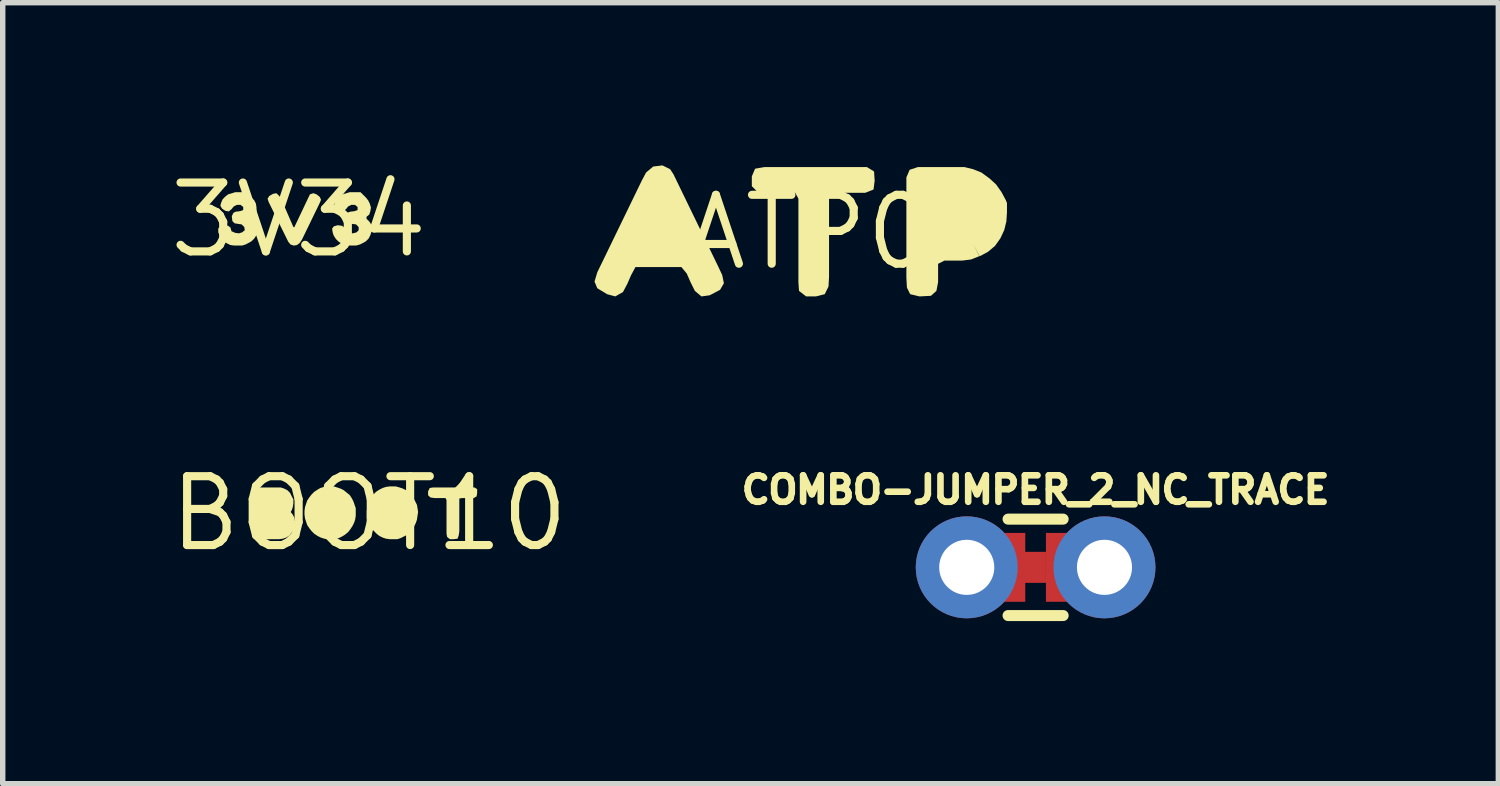
<source format=kicad_pcb>
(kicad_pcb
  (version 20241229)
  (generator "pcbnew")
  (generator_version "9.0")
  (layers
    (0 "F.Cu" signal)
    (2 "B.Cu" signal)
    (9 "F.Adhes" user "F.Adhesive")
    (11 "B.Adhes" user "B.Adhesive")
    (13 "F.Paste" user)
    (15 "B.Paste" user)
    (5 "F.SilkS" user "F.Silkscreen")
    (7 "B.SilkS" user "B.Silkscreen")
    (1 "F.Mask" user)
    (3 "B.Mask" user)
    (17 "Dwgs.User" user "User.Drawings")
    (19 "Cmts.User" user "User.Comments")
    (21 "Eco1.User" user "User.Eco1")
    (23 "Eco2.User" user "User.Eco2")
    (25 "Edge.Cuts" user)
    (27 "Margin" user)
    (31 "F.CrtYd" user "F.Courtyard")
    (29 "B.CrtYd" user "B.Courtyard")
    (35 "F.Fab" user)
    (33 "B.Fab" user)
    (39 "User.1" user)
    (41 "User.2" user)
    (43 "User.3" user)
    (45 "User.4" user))
  (footprint "BOOT10"
    (layer "F.Cu")
    (at 3.757 6.421)
    (property "Reference" "BOOT10" (at 0 0 0) (layer "F.SilkS") (effects (font (size 1.27 1.27) (thickness 0.15))))
    (fp_poly (pts (xy 1.992 -0.451) (xy 1.992 -0.38) (xy 1.982 -0.318) (xy 1.931 -0.287) (xy 1.72 -0.287) (xy 1.663 -0.278) (xy 1.663 0.33) (xy 1.652 0.401) (xy 1.632 0.462) (xy 1.56 0.472) (xy 1.489 0.472) (xy 1.438 0.431) (xy 1.427 0.37) (xy 1.427 -0.249) (xy 1.408 -0.287) (xy 1.2 -0.287) (xy 1.129 -0.298) (xy 1.087 -0.339) (xy 1.087 -0.411) (xy 1.118 -0.472) (xy 1.18 -0.482) (xy 1.941 -0.482)) (stroke (width 0) (type solid)) (fill yes) (layer "F.SilkS"))
    (fp_poly (pts (xy -1.569 -0.462) (xy -1.509 -0.432) (xy -1.458 -0.381) (xy -1.428 -0.321) (xy -1.397 -0.261) (xy -1.397 -0.19) (xy -1.408 -0.119) (xy -1.428 -0.059) (xy -1.447 -0.03) (xy -1.408 0.019) (xy -1.378 0.079) (xy -1.367 0.15) (xy -1.378 0.22) (xy -1.388 0.291) (xy -1.428 0.351) (xy -1.468 0.402) (xy -1.529 0.442) (xy -1.589 0.462) (xy -1.66 0.472) (xy -2 0.472) (xy -2.081 0.462) (xy -2.123 0.431) (xy -2.123 -0.39) (xy -2.112 -0.452) (xy -2.061 -0.482) (xy -1.63 -0.482)) (stroke (width 0) (type solid)) (fill yes) (layer "F.SilkS"))
    (fp_poly (pts (xy 0.561 -0.482) (xy 0.621 -0.462) (xy 0.681 -0.432) (xy 0.732 -0.382) (xy 0.782 -0.342) (xy 0.822 -0.281) (xy 0.852 -0.221) (xy 0.882 -0.161) (xy 0.892 -0.1) (xy 0.903 -0.03) (xy 0.892 0.04) (xy 0.882 0.111) (xy 0.862 0.171) (xy 0.832 0.231) (xy 0.802 0.291) (xy 0.701 0.392) (xy 0.641 0.422) (xy 0.581 0.452) (xy 0.52 0.472) (xy 0.38 0.472) (xy 0.309 0.462) (xy 0.249 0.442) (xy 0.189 0.412) (xy 0.138 0.372) (xy 0.038 0.271) (xy 0.007 0.209) (xy -0.022 0.151) (xy -0.043 0.09) (xy -0.043 -0.05) (xy -0.032 -0.12) (xy -0.022 -0.181) (xy 0.008 -0.241) (xy 0.038 -0.301) (xy 0.078 -0.352) (xy 0.128 -0.402) (xy 0.189 -0.442) (xy 0.249 -0.472) (xy 0.309 -0.492) (xy 0.38 -0.502) (xy 0.49 -0.502)) (stroke (width 0) (type solid)) (fill yes) (layer "F.SilkS"))
    (fp_poly (pts (xy -0.589 -0.482) (xy -0.529 -0.462) (xy -0.469 -0.432) (xy -0.408 -0.382) (xy -0.358 -0.342) (xy -0.318 -0.281) (xy -0.288 -0.221) (xy -0.268 -0.161) (xy -0.247 -0.1) (xy -0.247 0.04) (xy -0.258 0.111) (xy -0.278 0.171) (xy -0.308 0.231) (xy -0.348 0.291) (xy -0.388 0.342) (xy -0.449 0.392) (xy -0.499 0.422) (xy -0.559 0.452) (xy -0.63 0.472) (xy -0.76 0.472) (xy -0.831 0.462) (xy -0.891 0.442) (xy -0.951 0.412) (xy -1.012 0.372) (xy -1.062 0.322) (xy -1.102 0.271) (xy -1.141 0.213) (xy -1.141 0.214) (xy -1.142 0.211) (xy -1.144 0.209) (xy -1.143 0.209) (xy -1.162 0.151) (xy -1.182 0.091) (xy -1.192 0.02) (xy -1.192 -0.05) (xy -1.182 -0.121) (xy -1.162 -0.181) (xy -1.142 -0.241) (xy -1.102 -0.301) (xy -1.062 -0.352) (xy -1.012 -0.402) (xy -0.951 -0.442) (xy -0.901 -0.472) (xy -0.831 -0.492) (xy -0.77 -0.502) (xy -0.65 -0.502)) (stroke (width 0) (type solid)) (fill yes) (layer "F.SilkS")))
  (footprint "COMBO-JUMPER_2_NC_TRACE"
    (layer "F.Cu")
    (at 16.047 7.412)
    (property "Reference" "COMBO-JUMPER_2_NC_TRACE" (at 0 -1.143 0) (layer "F.SilkS") (effects (font (size 0.488 0.488) (thickness 0.122)) (justify bottom)))
    (fp_poly (pts (xy 0.191 0.286) (xy -0.705 0.286) (xy -0.705 -0.286) (xy 0.191 -0.286)) (stroke (width 0) (type solid)) (fill yes) (layer "F.Cu"))
    (fp_poly (pts (xy 0.254 0.343) (xy -0.254 0.343) (xy -0.254 -0.343) (xy 0.254 -0.343)) (stroke (width 0) (type solid)) (fill yes) (layer "F.Mask"))
    (fp_line (start 0.508 -0.889) (end -0.508 -0.889) (stroke (width 0.203) (type solid)) (layer "F.SilkS"))
    (fp_line (start 0.508 0.889) (end -0.508 0.889) (stroke (width 0.203) (type solid)) (layer "F.SilkS"))
    (fp_poly (pts (xy -1.524 0.254) (xy -1.016 0.254) (xy -1.016 -0.254) (xy -1.524 -0.254)) (stroke (width 0.1) (type solid)) (fill no) (layer "F.Fab"))
    (fp_poly (pts (xy 1.016 0.254) (xy 1.524 0.254) (xy 1.524 -0.254) (xy 1.016 -0.254)) (stroke (width 0.1) (type solid)) (fill no) (layer "F.Fab"))
    (pad "1" smd rect (at -0.508 0) (size 0.635 1.27) (layers "F.Cu" "F.Mask"))
    (pad "2" smd rect (at 0.508 0) (size 0.635 1.27) (layers "F.Cu" "F.Mask"))
    (pad "3" thru_hole circle (at -1.27 0 90) (size 1.88 1.88) (drill 1.016) (layers "*.Cu" "*.Mask"))
    (pad "4" thru_hole circle (at 1.27 0 90) (size 1.88 1.88) (drill 1.016) (layers "*.Cu" "*.Mask")))
  (footprint "ATP0"
    (layer "F.Cu")
    (at 11.876 1.233)
    (property "Reference" "ATP0" (at 0 0 0) (layer "F.SilkS") (effects (font (size 1.27 1.27) (thickness 0.15))))
    (fp_poly (pts (xy 1.192 -1.121) (xy 1.203 -0.95) (xy 1.182 -0.788) (xy 1.03 -0.728) (xy 0.51 -0.728) (xy 0.362 -0.708) (xy 0.362 0.82) (xy 0.352 1.001) (xy 0.282 1.142) (xy 0.12 1.183) (xy -0.061 1.183) (xy -0.192 1.081) (xy -0.203 0.92) (xy -0.203 -0.619) (xy -0.261 -0.728) (xy -0.77 -0.728) (xy -0.951 -0.738) (xy -1.062 -0.849) (xy -1.062 -1.031) (xy -1.002 -1.172) (xy -0.83 -1.202) (xy 1.061 -1.202)) (stroke (width 0) (type solid)) (fill yes) (layer "F.SilkS"))
    (fp_poly (pts (xy -2.568 -1.162) (xy -2.508 -1.071) (xy -1.688 0.619) (xy -1.608 0.789) (xy -1.577 0.94) (xy -1.648 1.062) (xy -1.839 1.162) (xy -1.991 1.183) (xy -2.112 1.082) (xy -2.192 0.921) (xy -2.262 0.761) (xy -2.361 0.642) (xy -3.208 0.642) (xy -3.288 0.791) (xy -3.358 0.951) (xy -3.438 1.102) (xy -3.58 1.183) (xy -3.731 1.142) (xy -3.912 1.032) (xy -3.963 0.91) (xy -3.912 0.739) (xy -3.092 -0.951) (xy -3.012 -1.102) (xy -2.881 -1.212) (xy -2.71 -1.233)) (stroke (width 0) (type solid)) (fill yes) (layer "F.SilkS"))
    (fp_poly (pts (xy 3.021 -1.162) (xy 3.171 -1.102) (xy 3.322 -0.992) (xy 3.442 -0.882) (xy 3.542 -0.741) (xy 3.622 -0.591) (xy 3.643 -0.54) (xy 3.643 -0.37) (xy 3.632 -0.2) (xy 3.592 -0.039) (xy 3.522 0.111) (xy 3.422 0.252) (xy 3.291 0.362) (xy 3.139 0.443) (xy 3.024 0.226) (xy 3.133 0.441) (xy 2.981 0.502) (xy 2.82 0.522) (xy 2.491 0.522) (xy 2.373 0.582) (xy 2.373 0.92) (xy 2.342 1.081) (xy 2.241 1.172) (xy 2.03 1.183) (xy 1.858 1.142) (xy 1.798 1.021) (xy 1.788 0.84) (xy 1.788 -1.011) (xy 1.848 -1.152) (xy 2 -1.202) (xy 2.86 -1.202)) (stroke (width 0) (type solid)) (fill yes) (layer "F.SilkS")))
  (footprint "3V34"
    (layer "F.Cu")
    (at 2.457 1.006)
    (property "Reference" "3V34" (at 0 0 0) (layer "F.SilkS") (effects (font (size 1.27 1.27) (thickness 0.15))))
    (fp_poly (pts (xy -0.358 -0.442) (xy -0.328 -0.401) (xy -0.098 0.128) (xy -0.081 0.137) (xy 0.208 -0.472) (xy 0.27 -0.493) (xy 0.331 -0.472) (xy 0.392 -0.422) (xy 0.413 -0.37) (xy 0.382 -0.299) (xy 0.062 0.361) (xy 0.022 0.422) (xy -0.029 0.462) (xy -0.09 0.473) (xy -0.151 0.452) (xy -0.192 0.401) (xy -0.552 -0.329) (xy -0.573 -0.39) (xy -0.542 -0.442) (xy -0.471 -0.482) (xy -0.409 -0.493)) (stroke (width 0) (type solid)) (fill yes) (layer "F.SilkS"))
    (fp_poly (pts (xy -0.868 -0.412) (xy -0.818 -0.361) (xy -0.788 -0.301) (xy -0.777 -0.23) (xy -0.777 -0.159) (xy -0.808 -0.098) (xy -0.858 -0.059) (xy -0.858 -0.021) (xy -0.798 0.028) (xy -0.768 0.089) (xy -0.757 0.15) (xy -0.757 0.22) (xy -0.778 0.281) (xy -0.818 0.342) (xy -0.868 0.392) (xy -0.919 0.422) (xy -0.979 0.452) (xy -1.04 0.472) (xy -1.19 0.472) (xy -1.261 0.462) (xy -1.321 0.432) (xy -1.372 0.402) (xy -1.412 0.351) (xy -1.452 0.291) (xy -1.482 0.231) (xy -1.482 0.159) (xy -1.451 0.118) (xy -1.38 0.097) (xy -1.299 0.108) (xy -1.258 0.139) (xy -1.238 0.208) (xy -1.169 0.238) (xy -1.1 0.247) (xy -1.041 0.228) (xy -0.993 0.189) (xy -1.002 0.131) (xy -1.051 0.082) (xy -1.12 0.072) (xy -1.181 0.062) (xy -1.222 0.021) (xy -1.233 -0.07) (xy -1.202 -0.132) (xy -1.161 -0.152) (xy -1.081 -0.162) (xy -1.022 -0.182) (xy -1.022 -0.239) (xy -1.071 -0.278) (xy -1.139 -0.278) (xy -1.198 -0.248) (xy -1.238 -0.198) (xy -1.289 -0.157) (xy -1.351 -0.168) (xy -1.412 -0.208) (xy -1.443 -0.26) (xy -1.432 -0.311) (xy -1.402 -0.381) (xy -1.352 -0.432) (xy -1.301 -0.472) (xy -1.231 -0.492) (xy -1.17 -0.512) (xy -0.959 -0.512)) (stroke (width 0) (type solid)) (fill yes) (layer "F.SilkS"))
    (fp_poly (pts (xy 1.242 -0.412) (xy 1.282 -0.361) (xy 1.312 -0.301) (xy 1.333 -0.23) (xy 1.322 -0.159) (xy 1.302 -0.099) (xy 1.252 -0.059) (xy 1.252 -0.021) (xy 1.302 0.028) (xy 1.342 0.089) (xy 1.353 0.15) (xy 1.342 0.221) (xy 1.322 0.281) (xy 1.292 0.341) (xy 1.242 0.392) (xy 1.191 0.422) (xy 1.131 0.452) (xy 1.06 0.472) (xy 0.92 0.472) (xy 0.849 0.462) (xy 0.789 0.432) (xy 0.738 0.402) (xy 0.688 0.352) (xy 0.648 0.291) (xy 0.628 0.231) (xy 0.617 0.159) (xy 0.649 0.118) (xy 0.72 0.097) (xy 0.801 0.108) (xy 0.842 0.138) (xy 0.872 0.208) (xy 0.931 0.238) (xy 1 0.247) (xy 1.069 0.228) (xy 1.107 0.189) (xy 1.107 0.131) (xy 1.059 0.082) (xy 0.98 0.072) (xy 0.929 0.062) (xy 0.888 0.021) (xy 0.877 -0.07) (xy 0.898 -0.132) (xy 0.949 -0.152) (xy 1.029 -0.162) (xy 1.087 -0.182) (xy 1.087 -0.239) (xy 1.039 -0.278) (xy 0.971 -0.278) (xy 0.912 -0.248) (xy 0.872 -0.198) (xy 0.821 -0.157) (xy 0.759 -0.168) (xy 0.688 -0.208) (xy 0.657 -0.26) (xy 0.668 -0.311) (xy 0.708 -0.382) (xy 0.758 -0.432) (xy 0.809 -0.472) (xy 0.879 -0.492) (xy 0.94 -0.512) (xy 1.141 -0.512)) (stroke (width 0) (type solid)) (fill yes) (layer "F.SilkS")))
  (gr_rect
    (start -3 -3)
    (end 24.58 11.402)
    (stroke (width 0.1) (type default))
    (fill no)
    (layer "Edge.Cuts")))
</source>
